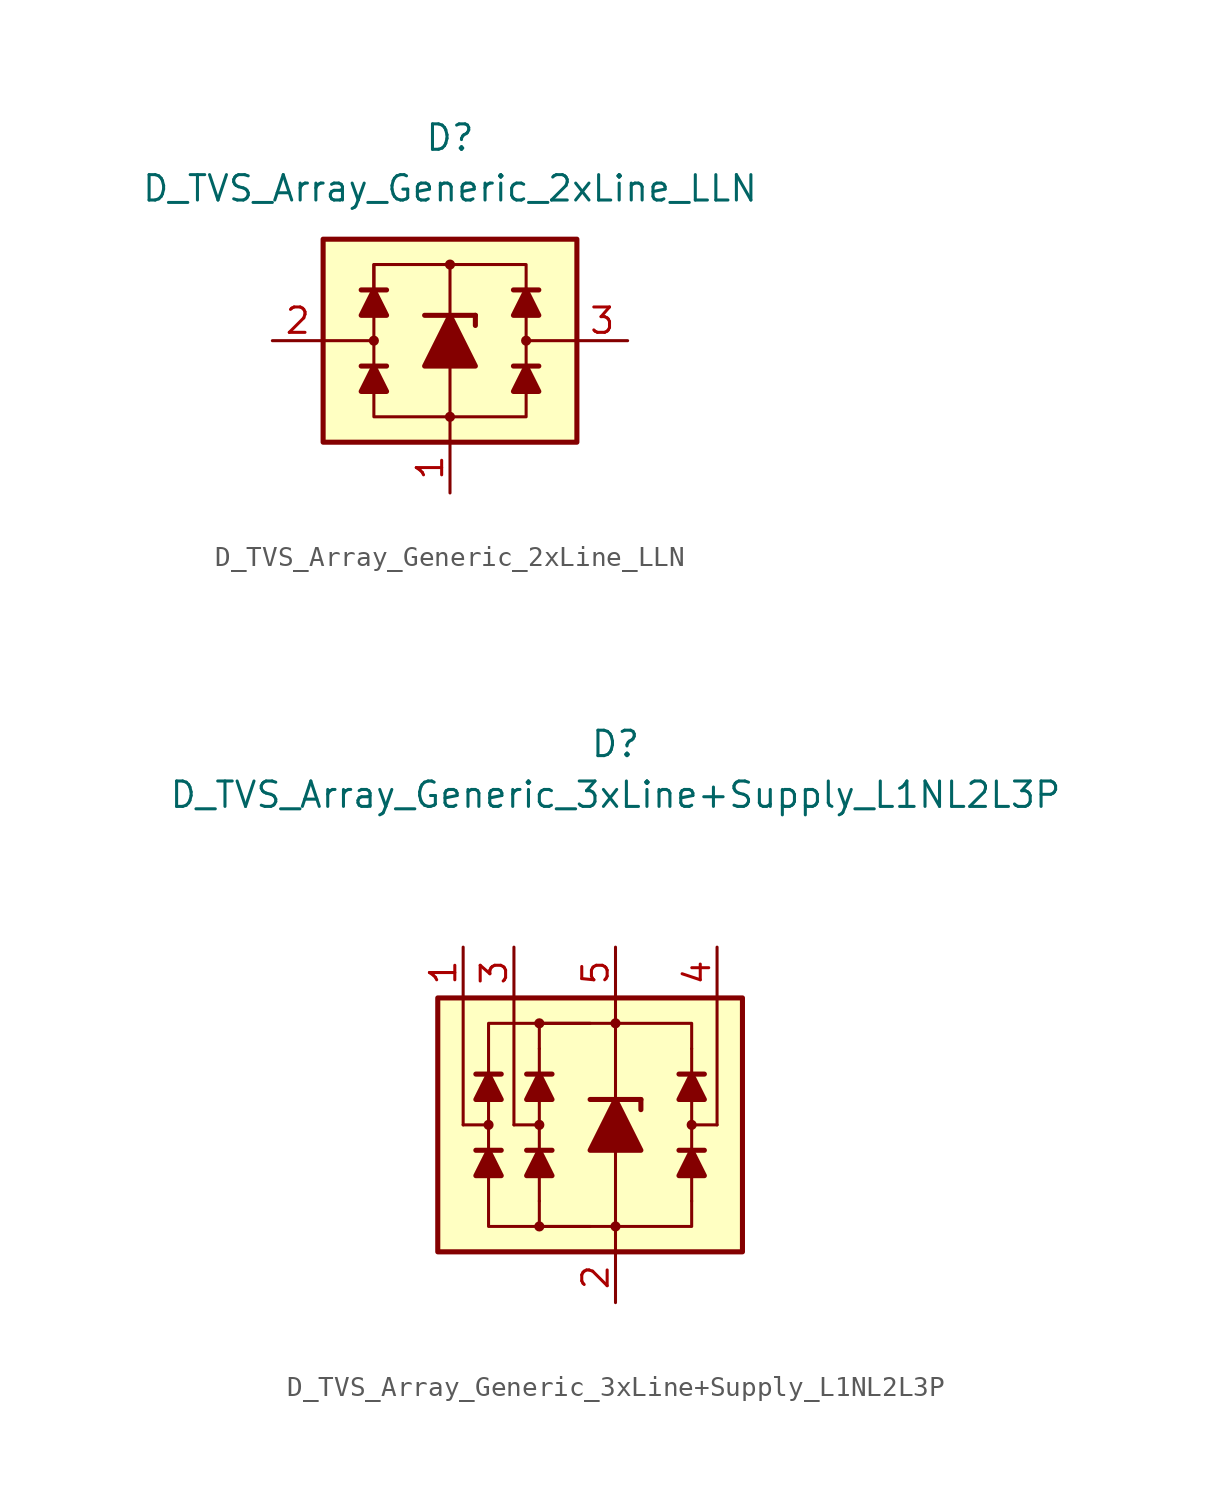
<source format=kicad_sym>
(kicad_symbol_lib
  (version 20231120)
  (generator "kicad_symbol_editor")
  (generator_version "8.0")
  (symbol "D_TVS_Array_Generic_2xLine_LLN"
    (pin_names
      (offset 1.016) hide)
    (property "Reference" "D"
      (at 0 10.16 0)
      (effects (font (size 1.27 1.27))))
    (property "Value" "D_TVS_Array_Generic_2xLine_LLN"
      (at 0 7.62 0)
      (effects (font (size 1.27 1.27))))
    (symbol "D_TVS_Array_Generic_2xLine_LLN_0_1"
      (rectangle (start -6.35 5.08) (end 6.35 -5.08) (stroke (width 0.254) (type default)) (fill (type background)))
      (circle (center -3.81 0) (radius 0.178) (stroke (width 0) (type default)) (fill (type outline)))
      (polyline (pts (xy -3.81 -1.27) (xy -3.81 1.27)) (stroke (width 0) (type default)) (fill (type none)))
      (polyline (pts (xy -3.81 0) (xy -6.35 0)) (stroke (width 0) (type default)) (fill (type none)))
      (polyline (pts (xy -3.175 -1.27) (xy -4.445 -1.27)) (stroke (width 0.254) (type default)) (fill (type none)))
      (polyline (pts (xy -3.175 2.54) (xy -4.445 2.54)) (stroke (width 0.254) (type default)) (fill (type none)))
      (polyline (pts (xy 0 -1.27) (xy 0 -5.08)) (stroke (width 0) (type default)) (fill (type none)))
      (polyline (pts (xy 0 1.27) (xy 0 3.81)) (stroke (width 0) (type default)) (fill (type none)))
      (polyline (pts (xy 3.81 -1.27) (xy 3.81 1.27)) (stroke (width 0) (type default)) (fill (type none)))
      (polyline (pts (xy 3.81 0) (xy 6.35 0)) (stroke (width 0) (type default)) (fill (type none)))
      (polyline (pts (xy 4.445 -1.27) (xy 3.175 -1.27)) (stroke (width 0.254) (type default)) (fill (type none)))
      (polyline (pts (xy 4.445 2.54) (xy 3.175 2.54)) (stroke (width 0.254) (type default)) (fill (type none)))
      (polyline (pts (xy -3.81 -2.54) (xy -3.81 -3.81) (xy 3.81 -3.81) (xy 3.81 -2.54)) (stroke (width 0) (type default)) (fill (type none)))
      (polyline (pts (xy -3.81 -1.27) (xy -3.175 -2.54) (xy -4.445 -2.54) (xy -3.81 -1.27)) (stroke (width 0.254) (type default)) (fill (type outline)))
      (polyline (pts (xy -3.81 2.54) (xy -3.81 3.81) (xy 3.81 3.81) (xy 3.81 2.54)) (stroke (width 0) (type default)) (fill (type none)))
      (polyline (pts (xy -3.81 2.54) (xy -3.175 1.27) (xy -4.445 1.27) (xy -3.81 2.54)) (stroke (width 0.254) (type default)) (fill (type outline)))
      (polyline (pts (xy 3.81 -1.27) (xy 4.445 -2.54) (xy 3.175 -2.54) (xy 3.81 -1.27)) (stroke (width 0.254) (type default)) (fill (type outline)))
      (polyline (pts (xy 3.81 2.54) (xy 4.445 1.27) (xy 3.175 1.27) (xy 3.81 2.54)) (stroke (width 0.254) (type default)) (fill (type outline)))
      (circle (center 0 3.81) (radius 0.178) (stroke (width 0) (type default)) (fill (type outline)))
      (circle (center 3.81 0) (radius 0.178) (stroke (width 0) (type default)) (fill (type outline))))
    (symbol "D_TVS_Array_Generic_2xLine_LLN_1_1"
      (circle (center 0 -3.81) (radius 0.178) (stroke (width 0) (type default)) (fill (type outline)))
      (polyline (pts (xy -3.81 1.27) (xy -3.81 3.81)) (stroke (width 0) (type default)) (fill (type none)))
      (polyline (pts (xy -1.27 1.27) (xy 1.27 1.27)) (stroke (width 0.254) (type default)) (fill (type none)))
      (polyline (pts (xy 0 -1.27) (xy 0 1.27)) (stroke (width 0) (type default)) (fill (type none)))
      (polyline (pts (xy 1.27 1.27) (xy 1.27 0.762)) (stroke (width 0.254) (type default)) (fill (type none)))
      (polyline (pts (xy 1.27 -1.27) (xy -1.27 -1.27) (xy 0 1.27) (xy 1.27 -1.27)) (stroke (width 0.254) (type default)) (fill (type outline)))
      (pin passive line (at 0 -7.62 90) (length 2.54) (name "VN" (effects (font (size 1.27 1.27)))) (number "1" (effects (font (size 1.27 1.27)))))
      (pin passive line (at -8.89 0 0) (length 2.54) (name "L1" (effects (font (size 1.27 1.27)))) (number "2" (effects (font (size 1.27 1.27)))))
      (pin passive line (at 8.89 0 180) (length 2.54) (name "L2" (effects (font (size 1.27 1.27)))) (number "3" (effects (font (size 1.27 1.27)))))))
  (symbol "D_TVS_Array_Generic_3xLine+Supply_L1NL2L3P"
    (pin_names
      (offset 1.016) hide)
    (property "Reference" "D"
      (at 0 19.05 0)
      (effects (font (size 1.27 1.27))))
    (property "Value" "D_TVS_Array_Generic_3xLine+Supply_L1NL2L3P"
      (at 0 16.51 0)
      (effects (font (size 1.27 1.27))))
    (symbol "D_TVS_Array_Generic_3xLine+Supply_L1NL2L3P_0_1"
      (rectangle (start -8.89 6.35) (end 6.35 -6.35) (stroke (width 0.254) (type default)) (fill (type background)))
      (circle (center -3.81 0) (radius 0.178) (stroke (width 0) (type default)) (fill (type outline)))
      (polyline (pts (xy -5.715 -1.27) (xy -6.985 -1.27)) (stroke (width 0.254) (type default)) (fill (type none)))
      (polyline (pts (xy -5.715 2.54) (xy -6.985 2.54)) (stroke (width 0.254) (type default)) (fill (type none)))
      (polyline (pts (xy -5.08 0) (xy -5.08 6.35)) (stroke (width 0) (type default)) (fill (type none)))
      (polyline (pts (xy -3.81 -1.27) (xy -3.81 1.27)) (stroke (width 0) (type default)) (fill (type none)))
      (polyline (pts (xy -3.81 0) (xy -5.08 0)) (stroke (width 0) (type default)) (fill (type none)))
      (polyline (pts (xy -3.175 -1.27) (xy -4.445 -1.27)) (stroke (width 0.254) (type default)) (fill (type none)))
      (polyline (pts (xy -3.175 2.54) (xy -4.445 2.54)) (stroke (width 0.254) (type default)) (fill (type none)))
      (polyline (pts (xy 0 -5.08) (xy 0 -6.35)) (stroke (width 0) (type default)) (fill (type none)))
      (polyline (pts (xy 0 -1.27) (xy 0 -5.08)) (stroke (width 0) (type default)) (fill (type none)))
      (polyline (pts (xy 0 1.27) (xy 0 6.35)) (stroke (width 0) (type default)) (fill (type none)))
      (polyline (pts (xy 3.81 -1.27) (xy 3.81 1.27)) (stroke (width 0) (type default)) (fill (type none)))
      (polyline (pts (xy 3.81 0) (xy 5.08 0)) (stroke (width 0) (type default)) (fill (type none)))
      (polyline (pts (xy 4.445 -1.27) (xy 3.175 -1.27)) (stroke (width 0.254) (type default)) (fill (type none)))
      (polyline (pts (xy 4.445 2.54) (xy 3.175 2.54)) (stroke (width 0.254) (type default)) (fill (type none)))
      (polyline (pts (xy 5.08 0) (xy 5.08 6.35)) (stroke (width 0) (type default)) (fill (type none)))
      (polyline (pts (xy -6.35 -1.27) (xy -5.715 -2.54) (xy -6.985 -2.54) (xy -6.35 -1.27)) (stroke (width 0.254) (type default)) (fill (type outline)))
      (polyline (pts (xy -6.35 2.54) (xy -5.715 1.27) (xy -6.985 1.27) (xy -6.35 2.54)) (stroke (width 0.254) (type default)) (fill (type outline)))
      (polyline (pts (xy -3.81 -3.81) (xy -3.81 -5.08) (xy 3.81 -5.08) (xy 3.81 -3.81)) (stroke (width 0) (type default)) (fill (type none)))
      (polyline (pts (xy -3.81 -1.27) (xy -3.175 -2.54) (xy -4.445 -2.54) (xy -3.81 -1.27)) (stroke (width 0.254) (type default)) (fill (type outline)))
      (polyline (pts (xy -3.81 2.54) (xy -3.175 1.27) (xy -4.445 1.27) (xy -3.81 2.54)) (stroke (width 0.254) (type default)) (fill (type outline)))
      (polyline (pts (xy -3.81 3.81) (xy -3.81 5.08) (xy 3.81 5.08) (xy 3.81 3.81)) (stroke (width 0) (type default)) (fill (type none)))
      (polyline (pts (xy -1.27 -5.08) (xy -6.35 -5.08) (xy -6.35 5.08) (xy -1.27 5.08)) (stroke (width 0) (type default)) (fill (type none)))
      (polyline (pts (xy 3.81 -1.27) (xy 4.445 -2.54) (xy 3.175 -2.54) (xy 3.81 -1.27)) (stroke (width 0.254) (type default)) (fill (type outline)))
      (polyline (pts (xy 3.81 2.54) (xy 4.445 1.27) (xy 3.175 1.27) (xy 3.81 2.54)) (stroke (width 0.254) (type default)) (fill (type outline)))
      (circle (center 0 5.08) (radius 0.178) (stroke (width 0) (type default)) (fill (type outline)))
      (circle (center 3.81 0) (radius 0.178) (stroke (width 0) (type default)) (fill (type outline))))
    (symbol "D_TVS_Array_Generic_3xLine+Supply_L1NL2L3P_1_1"
      (circle (center -6.35 0) (radius 0.178) (stroke (width 0) (type default)) (fill (type outline)))
      (circle (center -3.81 -5.08) (radius 0.178) (stroke (width 0) (type default)) (fill (type outline)))
      (circle (center -3.81 5.08) (radius 0.178) (stroke (width 0) (type default)) (fill (type outline)))
      (circle (center 0 -5.08) (radius 0.178) (stroke (width 0) (type default)) (fill (type outline)))
      (polyline (pts (xy -7.62 0) (xy -7.62 6.35)) (stroke (width 0) (type default)) (fill (type none)))
      (polyline (pts (xy -6.35 0) (xy -7.62 0)) (stroke (width 0) (type default)) (fill (type none)))
      (polyline (pts (xy -3.81 -3.81) (xy -3.81 -1.27)) (stroke (width 0) (type default)) (fill (type none)))
      (polyline (pts (xy -3.81 1.27) (xy -3.81 3.81)) (stroke (width 0) (type default)) (fill (type none)))
      (polyline (pts (xy -1.27 1.27) (xy 1.27 1.27)) (stroke (width 0.254) (type default)) (fill (type none)))
      (polyline (pts (xy 0 -1.27) (xy 0 1.27)) (stroke (width 0) (type default)) (fill (type none)))
      (polyline (pts (xy 1.27 1.27) (xy 1.27 0.762)) (stroke (width 0.254) (type default)) (fill (type none)))
      (polyline (pts (xy 3.81 -3.81) (xy 3.81 -1.27)) (stroke (width 0) (type default)) (fill (type none)))
      (polyline (pts (xy 3.81 1.27) (xy 3.81 3.81)) (stroke (width 0) (type default)) (fill (type none)))
      (polyline (pts (xy 1.27 -1.27) (xy -1.27 -1.27) (xy 0 1.27) (xy 1.27 -1.27)) (stroke (width 0.254) (type default)) (fill (type outline)))
      (pin passive line (at -7.62 8.89 270) (length 2.54) (name "L1" (effects (font (size 1.27 1.27)))) (number "1" (effects (font (size 1.27 1.27)))))
      (pin passive line (at 0 -8.89 90) (length 2.54) (name "VN" (effects (font (size 1.27 1.27)))) (number "2" (effects (font (size 1.27 1.27)))))
      (pin passive line (at -5.08 8.89 270) (length 2.54) (name "L2" (effects (font (size 1.27 1.27)))) (number "3" (effects (font (size 1.27 1.27)))))
      (pin passive line (at 5.08 8.89 270) (length 2.54) (name "L2" (effects (font (size 1.27 1.27)))) (number "4" (effects (font (size 1.27 1.27)))))
      (pin passive line (at 0 8.89 270) (length 2.54) (name "VP" (effects (font (size 1.27 1.27)))) (number "5" (effects (font (size 1.27 1.27))))))))
</source>
